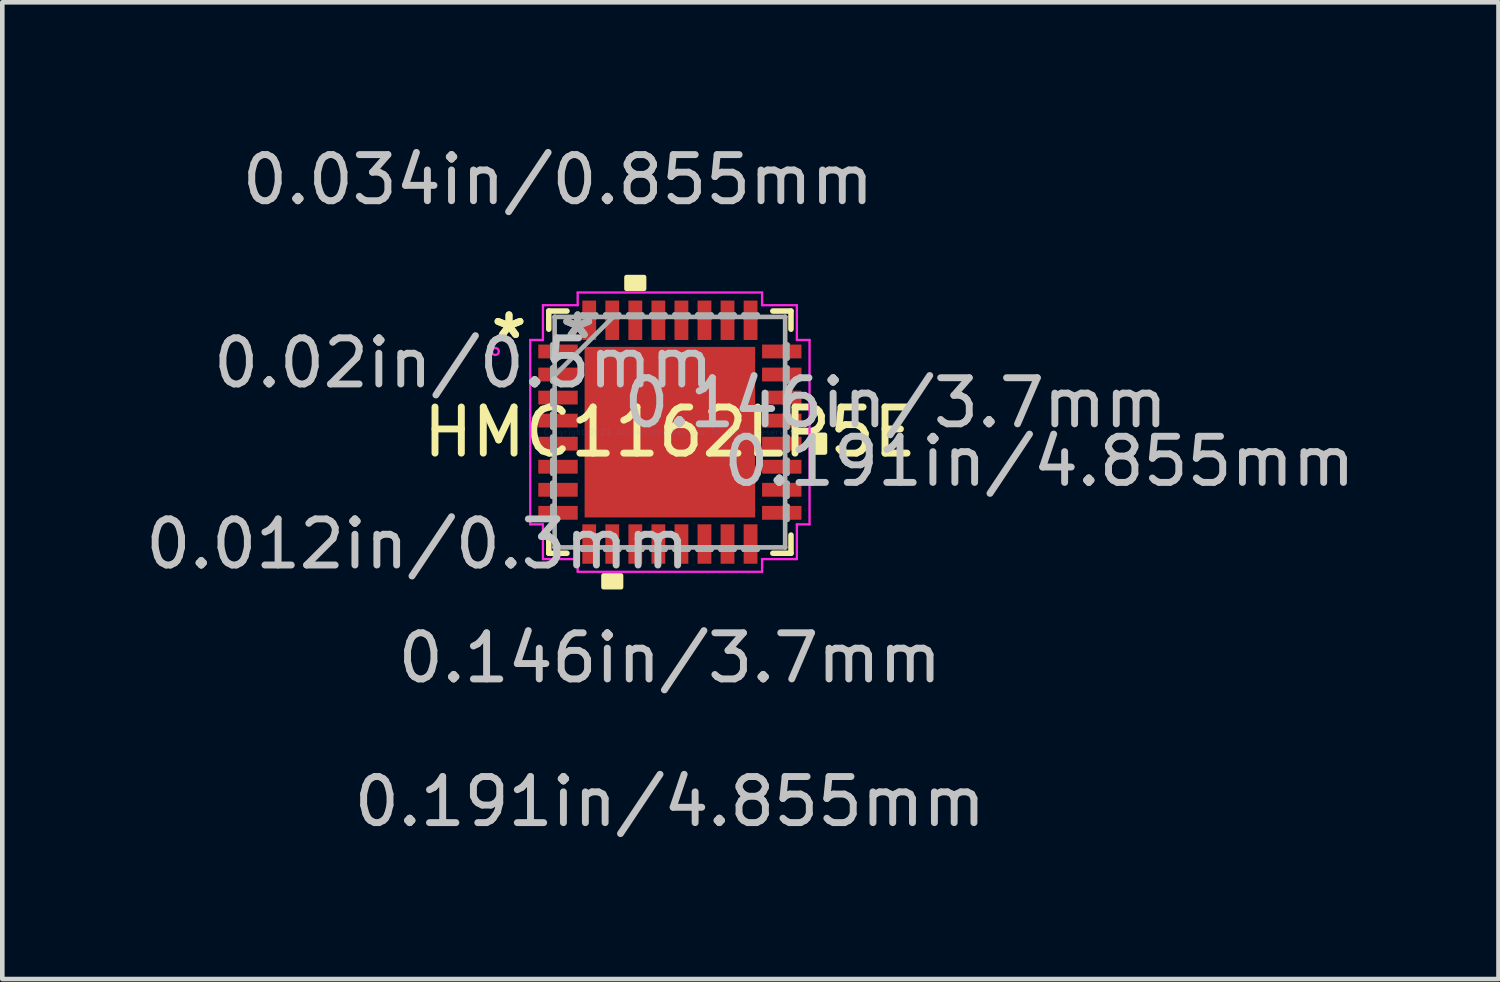
<source format=kicad_pcb>
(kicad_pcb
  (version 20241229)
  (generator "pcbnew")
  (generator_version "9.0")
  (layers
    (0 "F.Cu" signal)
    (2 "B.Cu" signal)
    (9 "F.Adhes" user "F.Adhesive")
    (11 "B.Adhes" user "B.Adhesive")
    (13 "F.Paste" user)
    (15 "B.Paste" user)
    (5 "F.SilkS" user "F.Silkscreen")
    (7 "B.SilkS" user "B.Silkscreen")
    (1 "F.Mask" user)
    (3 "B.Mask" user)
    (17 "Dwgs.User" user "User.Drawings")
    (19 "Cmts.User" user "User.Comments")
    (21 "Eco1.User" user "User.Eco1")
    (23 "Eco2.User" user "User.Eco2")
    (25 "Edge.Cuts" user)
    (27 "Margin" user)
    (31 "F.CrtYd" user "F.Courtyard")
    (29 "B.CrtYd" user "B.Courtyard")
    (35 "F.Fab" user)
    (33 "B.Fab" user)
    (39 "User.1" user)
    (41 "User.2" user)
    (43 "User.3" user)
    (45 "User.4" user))
  (footprint "HMC1162LP5E"
    (layer "F.Cu")
    (at 11.481 6.324)
    (property "Reference" "HMC1162LP5E" (at 0 0 0) (layer "F.SilkS") (effects (font (size 1 1) (thickness 0.15))))
    (attr through_hole)
    (fp_line (start -2.627 -2.627) (end -2.627 -2.233) (stroke (width 0.12) (type solid)) (layer "F.SilkS"))
    (fp_line (start -2.627 2.233) (end -2.627 2.627) (stroke (width 0.12) (type solid)) (layer "F.SilkS"))
    (fp_line (start -2.627 2.627) (end -2.233 2.627) (stroke (width 0.12) (type solid)) (layer "F.SilkS"))
    (fp_line (start -2.233 -2.627) (end -2.627 -2.627) (stroke (width 0.12) (type solid)) (layer "F.SilkS"))
    (fp_line (start 2.233 2.627) (end 2.627 2.627) (stroke (width 0.12) (type solid)) (layer "F.SilkS"))
    (fp_line (start 2.627 -2.627) (end 2.233 -2.627) (stroke (width 0.12) (type solid)) (layer "F.SilkS"))
    (fp_line (start 2.627 -2.233) (end 2.627 -2.627) (stroke (width 0.12) (type solid)) (layer "F.SilkS"))
    (fp_line (start 2.627 2.627) (end 2.627 2.233) (stroke (width 0.12) (type solid)) (layer "F.SilkS"))
    (fp_poly (pts (xy -1.44 3.109) (xy -1.44 3.363) (xy -1.06 3.363) (xy -1.06 3.109)) (stroke (width 0.1) (type solid)) (fill yes) (layer "F.SilkS"))
    (fp_poly (pts (xy -0.941 -3.109) (xy -0.941 -3.363) (xy -0.56 -3.363) (xy -0.56 -3.109)) (stroke (width 0.1) (type solid)) (fill yes) (layer "F.SilkS"))
    (fp_poly (pts (xy 3.363 0.059) (xy 3.363 0.441) (xy 3.109 0.441) (xy 3.109 0.059)) (stroke (width 0.1) (type solid)) (fill yes) (layer "F.SilkS"))
    (fp_poly (pts (xy -1.75 -1.75) (xy -1.75 -0.1) (xy -0.1 -0.1) (xy -0.1 -1.75)) (stroke (width 0.1) (type solid)) (fill yes) (layer "F.Paste"))
    (fp_poly (pts (xy -1.75 0.1) (xy -1.75 1.75) (xy -0.1 1.75) (xy -0.1 0.1)) (stroke (width 0.1) (type solid)) (fill yes) (layer "F.Paste"))
    (fp_poly (pts (xy 0.1 -1.75) (xy 0.1 -0.1) (xy 1.75 -0.1) (xy 1.75 -1.75)) (stroke (width 0.1) (type solid)) (fill yes) (layer "F.Paste"))
    (fp_poly (pts (xy 0.1 0.1) (xy 0.1 1.75) (xy 1.75 1.75) (xy 1.75 0.1)) (stroke (width 0.1) (type solid)) (fill yes) (layer "F.Paste"))
    (fp_line (start -3.029 -2) (end -2.754 -2) (stroke (width 0.05) (type solid)) (layer "F.CrtYd"))
    (fp_line (start -3.029 2) (end -3.029 -2) (stroke (width 0.05) (type solid)) (layer "F.CrtYd"))
    (fp_line (start -2.754 -2.754) (end -2 -2.754) (stroke (width 0.05) (type solid)) (layer "F.CrtYd"))
    (fp_line (start -2.754 -2) (end -2.754 -2.754) (stroke (width 0.05) (type solid)) (layer "F.CrtYd"))
    (fp_line (start -2.754 2) (end -3.029 2) (stroke (width 0.05) (type solid)) (layer "F.CrtYd"))
    (fp_line (start -2.754 2.754) (end -2.754 2) (stroke (width 0.05) (type solid)) (layer "F.CrtYd"))
    (fp_line (start -2 -3.029) (end 2 -3.029) (stroke (width 0.05) (type solid)) (layer "F.CrtYd"))
    (fp_line (start -2 -2.754) (end -2 -3.029) (stroke (width 0.05) (type solid)) (layer "F.CrtYd"))
    (fp_line (start -2 2.754) (end -2.754 2.754) (stroke (width 0.05) (type solid)) (layer "F.CrtYd"))
    (fp_line (start -2 3.029) (end -2 2.754) (stroke (width 0.05) (type solid)) (layer "F.CrtYd"))
    (fp_line (start 2 -3.029) (end 2 -2.754) (stroke (width 0.05) (type solid)) (layer "F.CrtYd"))
    (fp_line (start 2 -2.754) (end 2.754 -2.754) (stroke (width 0.05) (type solid)) (layer "F.CrtYd"))
    (fp_line (start 2 2.754) (end 2 3.029) (stroke (width 0.05) (type solid)) (layer "F.CrtYd"))
    (fp_line (start 2 3.029) (end -2 3.029) (stroke (width 0.05) (type solid)) (layer "F.CrtYd"))
    (fp_line (start 2.754 -2.754) (end 2.754 -2) (stroke (width 0.05) (type solid)) (layer "F.CrtYd"))
    (fp_line (start 2.754 -2) (end 3.029 -2) (stroke (width 0.05) (type solid)) (layer "F.CrtYd"))
    (fp_line (start 2.754 2) (end 2.754 2.754) (stroke (width 0.05) (type solid)) (layer "F.CrtYd"))
    (fp_line (start 2.754 2.754) (end 2 2.754) (stroke (width 0.05) (type solid)) (layer "F.CrtYd"))
    (fp_line (start 3.029 -2) (end 3.029 2) (stroke (width 0.05) (type solid)) (layer "F.CrtYd"))
    (fp_line (start 3.029 2) (end 2.754 2) (stroke (width 0.05) (type solid)) (layer "F.CrtYd"))
    (fp_circle (center -3.786 -1.75) (end -3.71 -1.75) (stroke (width 0.05) (type solid)) (fill no) (layer "F.CrtYd"))
    (fp_line (start -2.55 -1.9) (end -2.55 -1.6) (stroke (width 0.1) (type solid)) (layer "F.Fab"))
    (fp_line (start -2.55 -1.6) (end -2.5 -1.6) (stroke (width 0.1) (type solid)) (layer "F.Fab"))
    (fp_line (start -2.55 -1.4) (end -2.55 -1.1) (stroke (width 0.1) (type solid)) (layer "F.Fab"))
    (fp_line (start -2.55 -1.1) (end -2.5 -1.1) (stroke (width 0.1) (type solid)) (layer "F.Fab"))
    (fp_line (start -2.55 -0.9) (end -2.55 -0.6) (stroke (width 0.1) (type solid)) (layer "F.Fab"))
    (fp_line (start -2.55 -0.6) (end -2.5 -0.6) (stroke (width 0.1) (type solid)) (layer "F.Fab"))
    (fp_line (start -2.55 -0.4) (end -2.55 -0.1) (stroke (width 0.1) (type solid)) (layer "F.Fab"))
    (fp_line (start -2.55 -0.1) (end -2.5 -0.1) (stroke (width 0.1) (type solid)) (layer "F.Fab"))
    (fp_line (start -2.55 0.1) (end -2.55 0.4) (stroke (width 0.1) (type solid)) (layer "F.Fab"))
    (fp_line (start -2.55 0.4) (end -2.5 0.4) (stroke (width 0.1) (type solid)) (layer "F.Fab"))
    (fp_line (start -2.55 0.6) (end -2.55 0.9) (stroke (width 0.1) (type solid)) (layer "F.Fab"))
    (fp_line (start -2.55 0.9) (end -2.5 0.9) (stroke (width 0.1) (type solid)) (layer "F.Fab"))
    (fp_line (start -2.55 1.1) (end -2.55 1.4) (stroke (width 0.1) (type solid)) (layer "F.Fab"))
    (fp_line (start -2.55 1.4) (end -2.5 1.4) (stroke (width 0.1) (type solid)) (layer "F.Fab"))
    (fp_line (start -2.55 1.6) (end -2.55 1.9) (stroke (width 0.1) (type solid)) (layer "F.Fab"))
    (fp_line (start -2.55 1.9) (end -2.5 1.9) (stroke (width 0.1) (type solid)) (layer "F.Fab"))
    (fp_line (start -2.5 -2.5) (end -2.5 -2.5) (stroke (width 0.1) (type solid)) (layer "F.Fab"))
    (fp_line (start -2.5 -2.5) (end -2.5 2.5) (stroke (width 0.1) (type solid)) (layer "F.Fab"))
    (fp_line (start -2.5 -1.9) (end -2.55 -1.9) (stroke (width 0.1) (type solid)) (layer "F.Fab"))
    (fp_line (start -2.5 -1.6) (end -2.5 -1.9) (stroke (width 0.1) (type solid)) (layer "F.Fab"))
    (fp_line (start -2.5 -1.4) (end -2.55 -1.4) (stroke (width 0.1) (type solid)) (layer "F.Fab"))
    (fp_line (start -2.5 -1.23) (end -1.23 -2.5) (stroke (width 0.1) (type solid)) (layer "F.Fab"))
    (fp_line (start -2.5 -1.1) (end -2.5 -1.4) (stroke (width 0.1) (type solid)) (layer "F.Fab"))
    (fp_line (start -2.5 -0.9) (end -2.55 -0.9) (stroke (width 0.1) (type solid)) (layer "F.Fab"))
    (fp_line (start -2.5 -0.6) (end -2.5 -0.9) (stroke (width 0.1) (type solid)) (layer "F.Fab"))
    (fp_line (start -2.5 -0.4) (end -2.55 -0.4) (stroke (width 0.1) (type solid)) (layer "F.Fab"))
    (fp_line (start -2.5 -0.1) (end -2.5 -0.4) (stroke (width 0.1) (type solid)) (layer "F.Fab"))
    (fp_line (start -2.5 0.1) (end -2.55 0.1) (stroke (width 0.1) (type solid)) (layer "F.Fab"))
    (fp_line (start -2.5 0.4) (end -2.5 0.1) (stroke (width 0.1) (type solid)) (layer "F.Fab"))
    (fp_line (start -2.5 0.6) (end -2.55 0.6) (stroke (width 0.1) (type solid)) (layer "F.Fab"))
    (fp_line (start -2.5 0.9) (end -2.5 0.6) (stroke (width 0.1) (type solid)) (layer "F.Fab"))
    (fp_line (start -2.5 1.1) (end -2.55 1.1) (stroke (width 0.1) (type solid)) (layer "F.Fab"))
    (fp_line (start -2.5 1.4) (end -2.5 1.1) (stroke (width 0.1) (type solid)) (layer "F.Fab"))
    (fp_line (start -2.5 1.6) (end -2.55 1.6) (stroke (width 0.1) (type solid)) (layer "F.Fab"))
    (fp_line (start -2.5 1.9) (end -2.5 1.6) (stroke (width 0.1) (type solid)) (layer "F.Fab"))
    (fp_line (start -2.5 2.5) (end -2.5 2.5) (stroke (width 0.1) (type solid)) (layer "F.Fab"))
    (fp_line (start -2.5 2.5) (end 2.5 2.5) (stroke (width 0.1) (type solid)) (layer "F.Fab"))
    (fp_line (start -1.9 -2.55) (end -1.9 -2.5) (stroke (width 0.1) (type solid)) (layer "F.Fab"))
    (fp_line (start -1.9 -2.5) (end -1.6 -2.5) (stroke (width 0.1) (type solid)) (layer "F.Fab"))
    (fp_line (start -1.9 2.5) (end -1.9 2.55) (stroke (width 0.1) (type solid)) (layer "F.Fab"))
    (fp_line (start -1.9 2.55) (end -1.6 2.55) (stroke (width 0.1) (type solid)) (layer "F.Fab"))
    (fp_line (start -1.6 -2.55) (end -1.9 -2.55) (stroke (width 0.1) (type solid)) (layer "F.Fab"))
    (fp_line (start -1.6 -2.5) (end -1.6 -2.55) (stroke (width 0.1) (type solid)) (layer "F.Fab"))
    (fp_line (start -1.6 2.5) (end -1.9 2.5) (stroke (width 0.1) (type solid)) (layer "F.Fab"))
    (fp_line (start -1.6 2.55) (end -1.6 2.5) (stroke (width 0.1) (type solid)) (layer "F.Fab"))
    (fp_line (start -1.4 -2.55) (end -1.4 -2.5) (stroke (width 0.1) (type solid)) (layer "F.Fab"))
    (fp_line (start -1.4 -2.5) (end -1.1 -2.5) (stroke (width 0.1) (type solid)) (layer "F.Fab"))
    (fp_line (start -1.4 2.5) (end -1.4 2.55) (stroke (width 0.1) (type solid)) (layer "F.Fab"))
    (fp_line (start -1.4 2.55) (end -1.1 2.55) (stroke (width 0.1) (type solid)) (layer "F.Fab"))
    (fp_line (start -1.1 -2.55) (end -1.4 -2.55) (stroke (width 0.1) (type solid)) (layer "F.Fab"))
    (fp_line (start -1.1 -2.5) (end -1.1 -2.55) (stroke (width 0.1) (type solid)) (layer "F.Fab"))
    (fp_line (start -1.1 2.5) (end -1.4 2.5) (stroke (width 0.1) (type solid)) (layer "F.Fab"))
    (fp_line (start -1.1 2.55) (end -1.1 2.5) (stroke (width 0.1) (type solid)) (layer "F.Fab"))
    (fp_line (start -0.9 -2.55) (end -0.9 -2.5) (stroke (width 0.1) (type solid)) (layer "F.Fab"))
    (fp_line (start -0.9 -2.5) (end -0.6 -2.5) (stroke (width 0.1) (type solid)) (layer "F.Fab"))
    (fp_line (start -0.9 2.5) (end -0.9 2.55) (stroke (width 0.1) (type solid)) (layer "F.Fab"))
    (fp_line (start -0.9 2.55) (end -0.6 2.55) (stroke (width 0.1) (type solid)) (layer "F.Fab"))
    (fp_line (start -0.6 -2.55) (end -0.9 -2.55) (stroke (width 0.1) (type solid)) (layer "F.Fab"))
    (fp_line (start -0.6 -2.5) (end -0.6 -2.55) (stroke (width 0.1) (type solid)) (layer "F.Fab"))
    (fp_line (start -0.6 2.5) (end -0.9 2.5) (stroke (width 0.1) (type solid)) (layer "F.Fab"))
    (fp_line (start -0.6 2.55) (end -0.6 2.5) (stroke (width 0.1) (type solid)) (layer "F.Fab"))
    (fp_line (start -0.4 -2.55) (end -0.4 -2.5) (stroke (width 0.1) (type solid)) (layer "F.Fab"))
    (fp_line (start -0.4 -2.5) (end -0.1 -2.5) (stroke (width 0.1) (type solid)) (layer "F.Fab"))
    (fp_line (start -0.4 2.5) (end -0.4 2.55) (stroke (width 0.1) (type solid)) (layer "F.Fab"))
    (fp_line (start -0.4 2.55) (end -0.1 2.55) (stroke (width 0.1) (type solid)) (layer "F.Fab"))
    (fp_line (start -0.1 -2.55) (end -0.4 -2.55) (stroke (width 0.1) (type solid)) (layer "F.Fab"))
    (fp_line (start -0.1 -2.5) (end -0.1 -2.55) (stroke (width 0.1) (type solid)) (layer "F.Fab"))
    (fp_line (start -0.1 2.5) (end -0.4 2.5) (stroke (width 0.1) (type solid)) (layer "F.Fab"))
    (fp_line (start -0.1 2.55) (end -0.1 2.5) (stroke (width 0.1) (type solid)) (layer "F.Fab"))
    (fp_line (start 0.1 -2.55) (end 0.1 -2.5) (stroke (width 0.1) (type solid)) (layer "F.Fab"))
    (fp_line (start 0.1 -2.5) (end 0.4 -2.5) (stroke (width 0.1) (type solid)) (layer "F.Fab"))
    (fp_line (start 0.1 2.5) (end 0.1 2.55) (stroke (width 0.1) (type solid)) (layer "F.Fab"))
    (fp_line (start 0.1 2.55) (end 0.4 2.55) (stroke (width 0.1) (type solid)) (layer "F.Fab"))
    (fp_line (start 0.4 -2.55) (end 0.1 -2.55) (stroke (width 0.1) (type solid)) (layer "F.Fab"))
    (fp_line (start 0.4 -2.5) (end 0.4 -2.55) (stroke (width 0.1) (type solid)) (layer "F.Fab"))
    (fp_line (start 0.4 2.5) (end 0.1 2.5) (stroke (width 0.1) (type solid)) (layer "F.Fab"))
    (fp_line (start 0.4 2.55) (end 0.4 2.5) (stroke (width 0.1) (type solid)) (layer "F.Fab"))
    (fp_line (start 0.6 -2.55) (end 0.6 -2.5) (stroke (width 0.1) (type solid)) (layer "F.Fab"))
    (fp_line (start 0.6 -2.5) (end 0.9 -2.5) (stroke (width 0.1) (type solid)) (layer "F.Fab"))
    (fp_line (start 0.6 2.5) (end 0.6 2.55) (stroke (width 0.1) (type solid)) (layer "F.Fab"))
    (fp_line (start 0.6 2.55) (end 0.9 2.55) (stroke (width 0.1) (type solid)) (layer "F.Fab"))
    (fp_line (start 0.9 -2.55) (end 0.6 -2.55) (stroke (width 0.1) (type solid)) (layer "F.Fab"))
    (fp_line (start 0.9 -2.5) (end 0.9 -2.55) (stroke (width 0.1) (type solid)) (layer "F.Fab"))
    (fp_line (start 0.9 2.5) (end 0.6 2.5) (stroke (width 0.1) (type solid)) (layer "F.Fab"))
    (fp_line (start 0.9 2.55) (end 0.9 2.5) (stroke (width 0.1) (type solid)) (layer "F.Fab"))
    (fp_line (start 1.1 -2.55) (end 1.1 -2.5) (stroke (width 0.1) (type solid)) (layer "F.Fab"))
    (fp_line (start 1.1 -2.5) (end 1.4 -2.5) (stroke (width 0.1) (type solid)) (layer "F.Fab"))
    (fp_line (start 1.1 2.5) (end 1.1 2.55) (stroke (width 0.1) (type solid)) (layer "F.Fab"))
    (fp_line (start 1.1 2.55) (end 1.4 2.55) (stroke (width 0.1) (type solid)) (layer "F.Fab"))
    (fp_line (start 1.4 -2.55) (end 1.1 -2.55) (stroke (width 0.1) (type solid)) (layer "F.Fab"))
    (fp_line (start 1.4 -2.5) (end 1.4 -2.55) (stroke (width 0.1) (type solid)) (layer "F.Fab"))
    (fp_line (start 1.4 2.5) (end 1.1 2.5) (stroke (width 0.1) (type solid)) (layer "F.Fab"))
    (fp_line (start 1.4 2.55) (end 1.4 2.5) (stroke (width 0.1) (type solid)) (layer "F.Fab"))
    (fp_line (start 1.6 -2.55) (end 1.6 -2.5) (stroke (width 0.1) (type solid)) (layer "F.Fab"))
    (fp_line (start 1.6 -2.5) (end 1.9 -2.5) (stroke (width 0.1) (type solid)) (layer "F.Fab"))
    (fp_line (start 1.6 2.5) (end 1.6 2.55) (stroke (width 0.1) (type solid)) (layer "F.Fab"))
    (fp_line (start 1.6 2.55) (end 1.9 2.55) (stroke (width 0.1) (type solid)) (layer "F.Fab"))
    (fp_line (start 1.9 -2.55) (end 1.6 -2.55) (stroke (width 0.1) (type solid)) (layer "F.Fab"))
    (fp_line (start 1.9 -2.5) (end 1.9 -2.55) (stroke (width 0.1) (type solid)) (layer "F.Fab"))
    (fp_line (start 1.9 2.5) (end 1.6 2.5) (stroke (width 0.1) (type solid)) (layer "F.Fab"))
    (fp_line (start 1.9 2.55) (end 1.9 2.5) (stroke (width 0.1) (type solid)) (layer "F.Fab"))
    (fp_line (start 2.5 -2.5) (end -2.5 -2.5) (stroke (width 0.1) (type solid)) (layer "F.Fab"))
    (fp_line (start 2.5 -2.5) (end 2.5 -2.5) (stroke (width 0.1) (type solid)) (layer "F.Fab"))
    (fp_line (start 2.5 -1.9) (end 2.5 -1.6) (stroke (width 0.1) (type solid)) (layer "F.Fab"))
    (fp_line (start 2.5 -1.6) (end 2.55 -1.6) (stroke (width 0.1) (type solid)) (layer "F.Fab"))
    (fp_line (start 2.5 -1.4) (end 2.5 -1.1) (stroke (width 0.1) (type solid)) (layer "F.Fab"))
    (fp_line (start 2.5 -1.1) (end 2.55 -1.1) (stroke (width 0.1) (type solid)) (layer "F.Fab"))
    (fp_line (start 2.5 -0.9) (end 2.5 -0.6) (stroke (width 0.1) (type solid)) (layer "F.Fab"))
    (fp_line (start 2.5 -0.6) (end 2.55 -0.6) (stroke (width 0.1) (type solid)) (layer "F.Fab"))
    (fp_line (start 2.5 -0.4) (end 2.5 -0.1) (stroke (width 0.1) (type solid)) (layer "F.Fab"))
    (fp_line (start 2.5 -0.1) (end 2.55 -0.1) (stroke (width 0.1) (type solid)) (layer "F.Fab"))
    (fp_line (start 2.5 0.1) (end 2.5 0.4) (stroke (width 0.1) (type solid)) (layer "F.Fab"))
    (fp_line (start 2.5 0.4) (end 2.55 0.4) (stroke (width 0.1) (type solid)) (layer "F.Fab"))
    (fp_line (start 2.5 0.6) (end 2.5 0.9) (stroke (width 0.1) (type solid)) (layer "F.Fab"))
    (fp_line (start 2.5 0.9) (end 2.55 0.9) (stroke (width 0.1) (type solid)) (layer "F.Fab"))
    (fp_line (start 2.5 1.1) (end 2.5 1.4) (stroke (width 0.1) (type solid)) (layer "F.Fab"))
    (fp_line (start 2.5 1.4) (end 2.55 1.4) (stroke (width 0.1) (type solid)) (layer "F.Fab"))
    (fp_line (start 2.5 1.6) (end 2.5 1.9) (stroke (width 0.1) (type solid)) (layer "F.Fab"))
    (fp_line (start 2.5 1.9) (end 2.55 1.9) (stroke (width 0.1) (type solid)) (layer "F.Fab"))
    (fp_line (start 2.5 2.5) (end 2.5 -2.5) (stroke (width 0.1) (type solid)) (layer "F.Fab"))
    (fp_line (start 2.5 2.5) (end 2.5 2.5) (stroke (width 0.1) (type solid)) (layer "F.Fab"))
    (fp_line (start 2.55 -1.9) (end 2.5 -1.9) (stroke (width 0.1) (type solid)) (layer "F.Fab"))
    (fp_line (start 2.55 -1.6) (end 2.55 -1.9) (stroke (width 0.1) (type solid)) (layer "F.Fab"))
    (fp_line (start 2.55 -1.4) (end 2.5 -1.4) (stroke (width 0.1) (type solid)) (layer "F.Fab"))
    (fp_line (start 2.55 -1.1) (end 2.55 -1.4) (stroke (width 0.1) (type solid)) (layer "F.Fab"))
    (fp_line (start 2.55 -0.9) (end 2.5 -0.9) (stroke (width 0.1) (type solid)) (layer "F.Fab"))
    (fp_line (start 2.55 -0.6) (end 2.55 -0.9) (stroke (width 0.1) (type solid)) (layer "F.Fab"))
    (fp_line (start 2.55 -0.4) (end 2.5 -0.4) (stroke (width 0.1) (type solid)) (layer "F.Fab"))
    (fp_line (start 2.55 -0.1) (end 2.55 -0.4) (stroke (width 0.1) (type solid)) (layer "F.Fab"))
    (fp_line (start 2.55 0.1) (end 2.5 0.1) (stroke (width 0.1) (type solid)) (layer "F.Fab"))
    (fp_line (start 2.55 0.4) (end 2.55 0.1) (stroke (width 0.1) (type solid)) (layer "F.Fab"))
    (fp_line (start 2.55 0.6) (end 2.5 0.6) (stroke (width 0.1) (type solid)) (layer "F.Fab"))
    (fp_line (start 2.55 0.9) (end 2.55 0.6) (stroke (width 0.1) (type solid)) (layer "F.Fab"))
    (fp_line (start 2.55 1.1) (end 2.5 1.1) (stroke (width 0.1) (type solid)) (layer "F.Fab"))
    (fp_line (start 2.55 1.4) (end 2.55 1.1) (stroke (width 0.1) (type solid)) (layer "F.Fab"))
    (fp_line (start 2.55 1.6) (end 2.5 1.6) (stroke (width 0.1) (type solid)) (layer "F.Fab"))
    (fp_line (start 2.55 1.9) (end 2.55 1.6) (stroke (width 0.1) (type solid)) (layer "F.Fab"))
    (fp_text user "*" (at -3.49 -2 0) (layer "F.SilkS") (effects (font (size 1 1) (thickness 0.15))))
    (fp_text user "*" (at -3.49 -2 0) (layer "F.SilkS") (effects (font (size 1 1) (thickness 0.15))))
    (fp_text user "0.191in/4.855mm" (at 0 8.015 0) (layer "Dwgs.User") (effects (font (size 1 1) (thickness 0.15))))
    (fp_text user "0.191in/4.855mm" (at 8.015 0.635 0) (layer "Dwgs.User") (effects (font (size 1 1) (thickness 0.15))))
    (fp_text user "0.034in/0.855mm" (at -2.427 -5.475 0) (layer "Dwgs.User") (effects (font (size 1 1) (thickness 0.15))))
    (fp_text user "0.02in/0.5mm" (at -4.48 -1.5 0) (layer "Dwgs.User") (effects (font (size 1 1) (thickness 0.15))))
    (fp_text user "0.146in/3.7mm" (at 0 4.898 0) (layer "Dwgs.User") (effects (font (size 1 1) (thickness 0.15))))
    (fp_text user "0.012in/0.3mm" (at -5.475 2.427 0) (layer "Dwgs.User") (effects (font (size 1 1) (thickness 0.15))))
    (fp_text user "0.146in/3.7mm" (at 4.898 -0.635 0) (layer "Dwgs.User") (effects (font (size 1 1) (thickness 0.15))))
    (fp_text user "Copyright 2021 Accelerated Designs. All rights reserved." (at 0 0 0) (layer "Cmts.User") (effects (font (size 0.127 0.127) (thickness 0.002))))
    (fp_text user "*" (at -2 -2 0) (layer "F.Fab") (effects (font (size 1 1) (thickness 0.15))))
    (fp_text user "*" (at -2 -2 0) (layer "F.Fab") (effects (font (size 1 1) (thickness 0.15))))
    (pad "1" smd rect (at -2.427 -1.75 90) (size 0.3 0.855) (layers "F.Cu" "F.Mask" "F.Paste"))
    (pad "2" smd rect (at -2.427 -1.25 90) (size 0.3 0.855) (layers "F.Cu" "F.Mask" "F.Paste"))
    (pad "3" smd rect (at -2.427 -0.75 90) (size 0.3 0.855) (layers "F.Cu" "F.Mask" "F.Paste"))
    (pad "4" smd rect (at -2.427 -0.25 90) (size 0.3 0.855) (layers "F.Cu" "F.Mask" "F.Paste"))
    (pad "5" smd rect (at -2.427 0.25 90) (size 0.3 0.855) (layers "F.Cu" "F.Mask" "F.Paste"))
    (pad "6" smd rect (at -2.427 0.75 90) (size 0.3 0.855) (layers "F.Cu" "F.Mask" "F.Paste"))
    (pad "7" smd rect (at -2.427 1.25 90) (size 0.3 0.855) (layers "F.Cu" "F.Mask" "F.Paste"))
    (pad "8" smd rect (at -2.427 1.75 90) (size 0.3 0.855) (layers "F.Cu" "F.Mask" "F.Paste"))
    (pad "9" smd rect (at -1.75 2.427) (size 0.3 0.855) (layers "F.Cu" "F.Mask" "F.Paste"))
    (pad "10" smd rect (at -1.25 2.427) (size 0.3 0.855) (layers "F.Cu" "F.Mask" "F.Paste"))
    (pad "11" smd rect (at -0.75 2.427) (size 0.3 0.855) (layers "F.Cu" "F.Mask" "F.Paste"))
    (pad "12" smd rect (at -0.25 2.427) (size 0.3 0.855) (layers "F.Cu" "F.Mask" "F.Paste"))
    (pad "13" smd rect (at 0.25 2.427) (size 0.3 0.855) (layers "F.Cu" "F.Mask" "F.Paste"))
    (pad "14" smd rect (at 0.75 2.427) (size 0.3 0.855) (layers "F.Cu" "F.Mask" "F.Paste"))
    (pad "15" smd rect (at 1.25 2.427) (size 0.3 0.855) (layers "F.Cu" "F.Mask" "F.Paste"))
    (pad "16" smd rect (at 1.75 2.427) (size 0.3 0.855) (layers "F.Cu" "F.Mask" "F.Paste"))
    (pad "17" smd rect (at 2.427 1.75 90) (size 0.3 0.855) (layers "F.Cu" "F.Mask" "F.Paste"))
    (pad "18" smd rect (at 2.427 1.25 90) (size 0.3 0.855) (layers "F.Cu" "F.Mask" "F.Paste"))
    (pad "19" smd rect (at 2.427 0.75 90) (size 0.3 0.855) (layers "F.Cu" "F.Mask" "F.Paste"))
    (pad "20" smd rect (at 2.427 0.25 90) (size 0.3 0.855) (layers "F.Cu" "F.Mask" "F.Paste"))
    (pad "21" smd rect (at 2.427 -0.25 90) (size 0.3 0.855) (layers "F.Cu" "F.Mask" "F.Paste"))
    (pad "22" smd rect (at 2.427 -0.75 90) (size 0.3 0.855) (layers "F.Cu" "F.Mask" "F.Paste"))
    (pad "23" smd rect (at 2.427 -1.25 90) (size 0.3 0.855) (layers "F.Cu" "F.Mask" "F.Paste"))
    (pad "24" smd rect (at 2.427 -1.75 90) (size 0.3 0.855) (layers "F.Cu" "F.Mask" "F.Paste"))
    (pad "25" smd rect (at 1.75 -2.427) (size 0.3 0.855) (layers "F.Cu" "F.Mask" "F.Paste"))
    (pad "26" smd rect (at 1.25 -2.427) (size 0.3 0.855) (layers "F.Cu" "F.Mask" "F.Paste"))
    (pad "27" smd rect (at 0.75 -2.427) (size 0.3 0.855) (layers "F.Cu" "F.Mask" "F.Paste"))
    (pad "28" smd rect (at 0.25 -2.427) (size 0.3 0.855) (layers "F.Cu" "F.Mask" "F.Paste"))
    (pad "29" smd rect (at -0.25 -2.427) (size 0.3 0.855) (layers "F.Cu" "F.Mask" "F.Paste"))
    (pad "30" smd rect (at -0.75 -2.427) (size 0.3 0.855) (layers "F.Cu" "F.Mask" "F.Paste"))
    (pad "31" smd rect (at -1.25 -2.427) (size 0.3 0.855) (layers "F.Cu" "F.Mask" "F.Paste"))
    (pad "32" smd rect (at -1.75 -2.427) (size 0.3 0.855) (layers "F.Cu" "F.Mask" "F.Paste"))
    (pad "33" smd rect (at 0 0) (size 3.7 3.7) (layers "F.Cu" "F.Mask")))
  (gr_rect
    (start -3 -3)
    (end 29.455 18.187)
    (stroke (width 0.1) (type default))
    (fill no)
    (layer "Edge.Cuts")))
</source>
